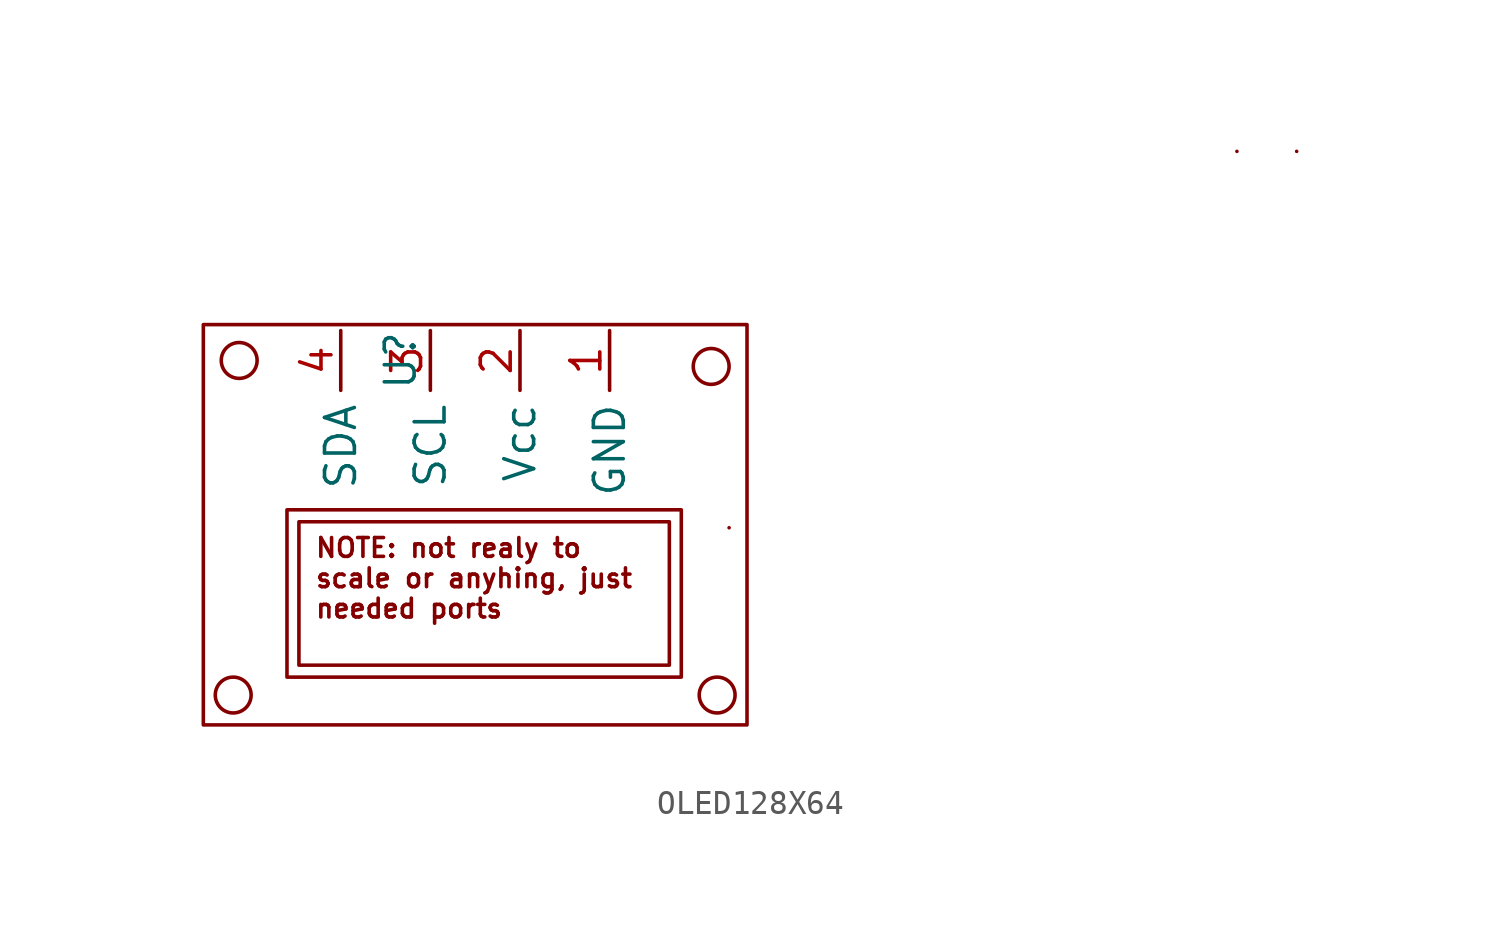
<source format=kicad_sym>
(kicad_symbol_lib
  (version 20220914)
  (generator kicad_symbol_editor)
  (symbol "OLED128X64"
    (property "Reference" "U"
      (at -2.54 1.27 90)
      (effects (font (size 1.27 1.27))))
    (property "Value" ""
      (at -2.54 1.27 90)
      (effects (font (size 1.27 1.27))))
    (symbol "OLED128X64_0_1"
      (rectangle (start -10.922 2.794) (end 12.192 -14.224) (stroke (width 0) (type default)) (fill (type none)))
      (circle (center -9.652 -12.954) (radius 0.762) (stroke (width 0) (type default)) (fill (type none)))
      (circle (center -9.398 1.27) (radius 0.762) (stroke (width 0) (type default)) (fill (type none)))
      (rectangle (start -7.366 -5.08) (end 9.398 -12.192) (stroke (width 0) (type default)) (fill (type none)))
      (circle (center 10.668 1.016) (radius 0.762) (stroke (width 0) (type default)) (fill (type none)))
      (circle (center 10.922 -12.954) (radius 0.762) (stroke (width 0) (type default)) (fill (type none)))
      (rectangle (start 11.43 -5.842) (end 11.43 -5.842) (stroke (width 0) (type default)) (fill (type none))))
    (symbol "OLED128X64_1_1"
      (rectangle (start 33.02 10.16) (end 33.02 10.16) (stroke (width 0) (type default)) (fill (type none)))
      (rectangle (start 35.56 10.16) (end 35.56 10.16) (stroke (width 0) (type default)) (fill (type none)))
      (text_box "NOTE: not realy to scale or anyhing, just needed ports" (at -6.858 -5.588 0) (size 15.748 -6.096) (stroke (width 0) (type default)) (fill (type none)) (effects (font (size 0.8 0.8)) (justify left top)))
      (pin power_in line (at 6.35 2.54 270) (length 2.54) (name "GND" (effects (font (size 1.27 1.27)))) (number "1" (effects (font (size 1.27 1.27)))))
      (pin power_in line (at 2.54 2.54 270) (length 2.54) (name "Vcc" (effects (font (size 1.27 1.27)))) (number "2" (effects (font (size 1.27 1.27)))))
      (pin output line (at -1.27 2.54 270) (length 2.54) (name "SCL" (effects (font (size 1.27 1.27)))) (number "3" (effects (font (size 1.27 1.27)))))
      (pin output line (at -5.08 2.54 270) (length 2.54) (name "SDA" (effects (font (size 1.27 1.27)))) (number "4" (effects (font (size 1.27 1.27))))))))
</source>
